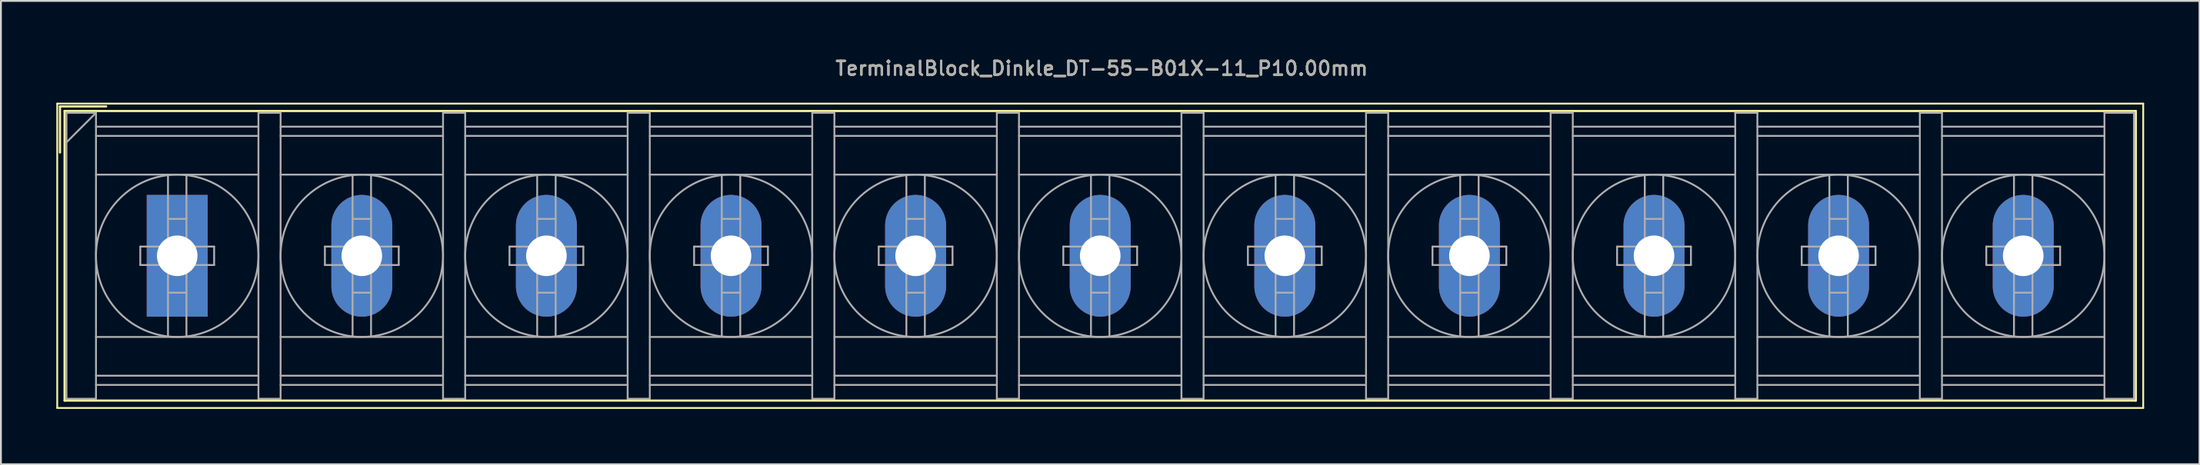
<source format=kicad_pcb>
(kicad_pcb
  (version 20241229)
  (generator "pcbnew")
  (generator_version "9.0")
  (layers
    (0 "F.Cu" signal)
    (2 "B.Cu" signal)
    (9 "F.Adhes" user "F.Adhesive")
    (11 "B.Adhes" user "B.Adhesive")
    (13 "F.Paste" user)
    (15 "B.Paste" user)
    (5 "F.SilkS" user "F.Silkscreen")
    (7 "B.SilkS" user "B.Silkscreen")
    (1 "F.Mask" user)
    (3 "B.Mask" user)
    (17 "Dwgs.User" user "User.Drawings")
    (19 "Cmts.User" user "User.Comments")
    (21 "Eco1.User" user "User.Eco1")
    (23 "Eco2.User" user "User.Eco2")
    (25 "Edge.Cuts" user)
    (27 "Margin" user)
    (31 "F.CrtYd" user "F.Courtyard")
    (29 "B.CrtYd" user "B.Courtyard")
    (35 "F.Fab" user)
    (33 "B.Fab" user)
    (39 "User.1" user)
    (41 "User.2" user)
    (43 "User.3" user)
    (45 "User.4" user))
  (footprint "TerminalBlock_Dinkle_DT-55-B01X-11_P10.00mm"
    (layer "F.Cu")
    (at 6.55 10.818)
    (property "Reference" "TerminalBlock_Dinkle_DT-55-B01X-11_P10.00mm" (at 50.08 -10.16 0) (layer "F.SilkS") (effects (font (size 0.75 0.75) (thickness 0.125))))
    (attr through_hole)
    (fp_line (start -6.5 -8.25) (end 106.5 -8.25) (stroke (width 0.1) (type solid)) (layer "F.SilkS"))
    (fp_line (start -6.5 8.25) (end -6.5 -8.25) (stroke (width 0.1) (type solid)) (layer "F.SilkS"))
    (fp_line (start -6.5 8.25) (end 106.5 8.25) (stroke (width 0.1) (type solid)) (layer "F.SilkS"))
    (fp_line (start -6.35 -8.1) (end -3.85 -8.1) (stroke (width 0.12) (type solid)) (layer "F.SilkS"))
    (fp_line (start -6.35 -5.6) (end -6.35 -8.1) (stroke (width 0.12) (type solid)) (layer "F.SilkS"))
    (fp_line (start -6.1 -7.85) (end 106.1 -7.85) (stroke (width 0.12) (type solid)) (layer "F.SilkS"))
    (fp_line (start -6.1 7.85) (end -6.1 -7.85) (stroke (width 0.12) (type solid)) (layer "F.SilkS"))
    (fp_line (start -6.1 7.85) (end 106.1 7.85) (stroke (width 0.12) (type solid)) (layer "F.SilkS"))
    (fp_line (start 106.1 -7.85) (end 106.1 7.85) (stroke (width 0.12) (type solid)) (layer "F.SilkS"))
    (fp_line (start 106.5 -8.25) (end 106.5 8.25) (stroke (width 0.1) (type solid)) (layer "F.SilkS"))
    (fp_line (start -6 -7.75) (end -6 7.75) (stroke (width 0.1) (type solid)) (layer "F.Fab"))
    (fp_line (start -6 -7.75) (end -4.4 -7.75) (stroke (width 0.1) (type solid)) (layer "F.Fab"))
    (fp_line (start -6 7.75) (end -4.4 7.75) (stroke (width 0.1) (type solid)) (layer "F.Fab"))
    (fp_line (start -4.4 -7.75) (end -6 -6.15) (stroke (width 0.1) (type solid)) (layer "F.Fab"))
    (fp_line (start -4.4 -7.75) (end -4.4 7.75) (stroke (width 0.1) (type solid)) (layer "F.Fab"))
    (fp_line (start -4.4 -7) (end 4.4 -7) (stroke (width 0.1) (type solid)) (layer "F.Fab"))
    (fp_line (start -4.4 -6.5) (end 4.4 -6.5) (stroke (width 0.1) (type solid)) (layer "F.Fab"))
    (fp_line (start -4.4 -4.4) (end 4.4 -4.4) (stroke (width 0.1) (type solid)) (layer "F.Fab"))
    (fp_line (start -4.4 4.4) (end 4.4 4.4) (stroke (width 0.1) (type solid)) (layer "F.Fab"))
    (fp_line (start -4.4 6.5) (end 4.4 6.5) (stroke (width 0.1) (type solid)) (layer "F.Fab"))
    (fp_line (start -4.4 7) (end 4.4 7) (stroke (width 0.1) (type solid)) (layer "F.Fab"))
    (fp_line (start -2 -0.5) (end -2 0.5) (stroke (width 0.1) (type solid)) (layer "F.Fab"))
    (fp_line (start -2 0.5) (end -0.5 0.5) (stroke (width 0.1) (type solid)) (layer "F.Fab"))
    (fp_line (start -0.5 -4.35) (end -0.5 -0.5) (stroke (width 0.1) (type solid)) (layer "F.Fab"))
    (fp_line (start -0.5 -2) (end 0.5 -2) (stroke (width 0.1) (type solid)) (layer "F.Fab"))
    (fp_line (start -0.5 -0.5) (end -2 -0.5) (stroke (width 0.1) (type solid)) (layer "F.Fab"))
    (fp_line (start -0.5 0.5) (end -0.5 4.35) (stroke (width 0.1) (type solid)) (layer "F.Fab"))
    (fp_line (start -0.5 2) (end 0.5 2) (stroke (width 0.1) (type solid)) (layer "F.Fab"))
    (fp_line (start 0.5 -4.35) (end 0.5 -0.5) (stroke (width 0.1) (type solid)) (layer "F.Fab"))
    (fp_line (start 0.5 -0.5) (end 2 -0.5) (stroke (width 0.1) (type solid)) (layer "F.Fab"))
    (fp_line (start 0.5 0.5) (end 0.5 4.35) (stroke (width 0.1) (type solid)) (layer "F.Fab"))
    (fp_line (start 2 -0.5) (end 2 0.5) (stroke (width 0.1) (type solid)) (layer "F.Fab"))
    (fp_line (start 2 0.5) (end 0.5 0.5) (stroke (width 0.1) (type solid)) (layer "F.Fab"))
    (fp_line (start 4.4 -7.75) (end 4.4 7.75) (stroke (width 0.1) (type solid)) (layer "F.Fab"))
    (fp_line (start 4.4 -7.75) (end 5.6 -7.75) (stroke (width 0.1) (type solid)) (layer "F.Fab"))
    (fp_line (start 4.4 7.75) (end 5.6 7.75) (stroke (width 0.1) (type solid)) (layer "F.Fab"))
    (fp_line (start 5.6 -7.75) (end 5.6 7.75) (stroke (width 0.1) (type solid)) (layer "F.Fab"))
    (fp_line (start 5.6 -7) (end 14.4 -7) (stroke (width 0.1) (type solid)) (layer "F.Fab"))
    (fp_line (start 5.6 -6.5) (end 14.4 -6.5) (stroke (width 0.1) (type solid)) (layer "F.Fab"))
    (fp_line (start 5.6 -4.4) (end 14.4 -4.4) (stroke (width 0.1) (type solid)) (layer "F.Fab"))
    (fp_line (start 5.6 4.4) (end 14.4 4.4) (stroke (width 0.1) (type solid)) (layer "F.Fab"))
    (fp_line (start 5.6 6.5) (end 14.4 6.5) (stroke (width 0.1) (type solid)) (layer "F.Fab"))
    (fp_line (start 5.6 7) (end 14.4 7) (stroke (width 0.1) (type solid)) (layer "F.Fab"))
    (fp_line (start 8 -0.5) (end 8 0.5) (stroke (width 0.1) (type solid)) (layer "F.Fab"))
    (fp_line (start 8 0.5) (end 9.5 0.5) (stroke (width 0.1) (type solid)) (layer "F.Fab"))
    (fp_line (start 9.5 -4.35) (end 9.5 -0.5) (stroke (width 0.1) (type solid)) (layer "F.Fab"))
    (fp_line (start 9.5 -2) (end 10.5 -2) (stroke (width 0.1) (type solid)) (layer "F.Fab"))
    (fp_line (start 9.5 -0.5) (end 8 -0.5) (stroke (width 0.1) (type solid)) (layer "F.Fab"))
    (fp_line (start 9.5 0.5) (end 9.5 4.35) (stroke (width 0.1) (type solid)) (layer "F.Fab"))
    (fp_line (start 9.5 2) (end 10.5 2) (stroke (width 0.1) (type solid)) (layer "F.Fab"))
    (fp_line (start 10.5 -4.35) (end 10.5 -0.5) (stroke (width 0.1) (type solid)) (layer "F.Fab"))
    (fp_line (start 10.5 -0.5) (end 12 -0.5) (stroke (width 0.1) (type solid)) (layer "F.Fab"))
    (fp_line (start 10.5 0.5) (end 10.5 4.35) (stroke (width 0.1) (type solid)) (layer "F.Fab"))
    (fp_line (start 12 -0.5) (end 12 0.5) (stroke (width 0.1) (type solid)) (layer "F.Fab"))
    (fp_line (start 12 0.5) (end 10.5 0.5) (stroke (width 0.1) (type solid)) (layer "F.Fab"))
    (fp_line (start 14.4 -7.75) (end 14.4 7.75) (stroke (width 0.1) (type solid)) (layer "F.Fab"))
    (fp_line (start 14.4 -7.75) (end 15.6 -7.75) (stroke (width 0.1) (type solid)) (layer "F.Fab"))
    (fp_line (start 14.4 7.75) (end 15.6 7.75) (stroke (width 0.1) (type solid)) (layer "F.Fab"))
    (fp_line (start 15.6 -7.75) (end 15.6 7.75) (stroke (width 0.1) (type solid)) (layer "F.Fab"))
    (fp_line (start 15.6 -7) (end 24.4 -7) (stroke (width 0.1) (type solid)) (layer "F.Fab"))
    (fp_line (start 15.6 -6.5) (end 24.4 -6.5) (stroke (width 0.1) (type solid)) (layer "F.Fab"))
    (fp_line (start 15.6 -4.4) (end 24.4 -4.4) (stroke (width 0.1) (type solid)) (layer "F.Fab"))
    (fp_line (start 15.6 4.4) (end 24.4 4.4) (stroke (width 0.1) (type solid)) (layer "F.Fab"))
    (fp_line (start 15.6 6.5) (end 24.4 6.5) (stroke (width 0.1) (type solid)) (layer "F.Fab"))
    (fp_line (start 15.6 7) (end 24.4 7) (stroke (width 0.1) (type solid)) (layer "F.Fab"))
    (fp_line (start 18 -0.5) (end 18 0.5) (stroke (width 0.1) (type solid)) (layer "F.Fab"))
    (fp_line (start 18 0.5) (end 19.5 0.5) (stroke (width 0.1) (type solid)) (layer "F.Fab"))
    (fp_line (start 19.5 -4.35) (end 19.5 -0.5) (stroke (width 0.1) (type solid)) (layer "F.Fab"))
    (fp_line (start 19.5 -2) (end 20.5 -2) (stroke (width 0.1) (type solid)) (layer "F.Fab"))
    (fp_line (start 19.5 -0.5) (end 18 -0.5) (stroke (width 0.1) (type solid)) (layer "F.Fab"))
    (fp_line (start 19.5 0.5) (end 19.5 4.35) (stroke (width 0.1) (type solid)) (layer "F.Fab"))
    (fp_line (start 19.5 2) (end 20.5 2) (stroke (width 0.1) (type solid)) (layer "F.Fab"))
    (fp_line (start 20.5 -4.35) (end 20.5 -0.5) (stroke (width 0.1) (type solid)) (layer "F.Fab"))
    (fp_line (start 20.5 -0.5) (end 22 -0.5) (stroke (width 0.1) (type solid)) (layer "F.Fab"))
    (fp_line (start 20.5 0.5) (end 20.5 4.35) (stroke (width 0.1) (type solid)) (layer "F.Fab"))
    (fp_line (start 22 -0.5) (end 22 0.5) (stroke (width 0.1) (type solid)) (layer "F.Fab"))
    (fp_line (start 22 0.5) (end 20.5 0.5) (stroke (width 0.1) (type solid)) (layer "F.Fab"))
    (fp_line (start 24.4 -7.75) (end 24.4 7.75) (stroke (width 0.1) (type solid)) (layer "F.Fab"))
    (fp_line (start 24.4 -7.75) (end 25.6 -7.75) (stroke (width 0.1) (type solid)) (layer "F.Fab"))
    (fp_line (start 24.4 7.75) (end 25.6 7.75) (stroke (width 0.1) (type solid)) (layer "F.Fab"))
    (fp_line (start 25.6 -7.75) (end 25.6 7.75) (stroke (width 0.1) (type solid)) (layer "F.Fab"))
    (fp_line (start 25.6 -7) (end 34.4 -7) (stroke (width 0.1) (type solid)) (layer "F.Fab"))
    (fp_line (start 25.6 -6.5) (end 34.4 -6.5) (stroke (width 0.1) (type solid)) (layer "F.Fab"))
    (fp_line (start 25.6 -4.4) (end 34.4 -4.4) (stroke (width 0.1) (type solid)) (layer "F.Fab"))
    (fp_line (start 25.6 4.4) (end 34.4 4.4) (stroke (width 0.1) (type solid)) (layer "F.Fab"))
    (fp_line (start 25.6 6.5) (end 34.4 6.5) (stroke (width 0.1) (type solid)) (layer "F.Fab"))
    (fp_line (start 25.6 7) (end 34.4 7) (stroke (width 0.1) (type solid)) (layer "F.Fab"))
    (fp_line (start 28 -0.5) (end 28 0.5) (stroke (width 0.1) (type solid)) (layer "F.Fab"))
    (fp_line (start 28 0.5) (end 29.5 0.5) (stroke (width 0.1) (type solid)) (layer "F.Fab"))
    (fp_line (start 29.5 -4.35) (end 29.5 -0.5) (stroke (width 0.1) (type solid)) (layer "F.Fab"))
    (fp_line (start 29.5 -2) (end 30.5 -2) (stroke (width 0.1) (type solid)) (layer "F.Fab"))
    (fp_line (start 29.5 -0.5) (end 28 -0.5) (stroke (width 0.1) (type solid)) (layer "F.Fab"))
    (fp_line (start 29.5 0.5) (end 29.5 4.35) (stroke (width 0.1) (type solid)) (layer "F.Fab"))
    (fp_line (start 29.5 2) (end 30.5 2) (stroke (width 0.1) (type solid)) (layer "F.Fab"))
    (fp_line (start 30.5 -4.35) (end 30.5 -0.5) (stroke (width 0.1) (type solid)) (layer "F.Fab"))
    (fp_line (start 30.5 -0.5) (end 32 -0.5) (stroke (width 0.1) (type solid)) (layer "F.Fab"))
    (fp_line (start 30.5 0.5) (end 30.5 4.35) (stroke (width 0.1) (type solid)) (layer "F.Fab"))
    (fp_line (start 32 -0.5) (end 32 0.5) (stroke (width 0.1) (type solid)) (layer "F.Fab"))
    (fp_line (start 32 0.5) (end 30.5 0.5) (stroke (width 0.1) (type solid)) (layer "F.Fab"))
    (fp_line (start 34.4 -7.75) (end 34.4 7.75) (stroke (width 0.1) (type solid)) (layer "F.Fab"))
    (fp_line (start 34.4 -7.75) (end 35.6 -7.75) (stroke (width 0.1) (type solid)) (layer "F.Fab"))
    (fp_line (start 34.4 7.75) (end 35.6 7.75) (stroke (width 0.1) (type solid)) (layer "F.Fab"))
    (fp_line (start 35.6 -7.75) (end 35.6 7.75) (stroke (width 0.1) (type solid)) (layer "F.Fab"))
    (fp_line (start 35.6 -7) (end 44.4 -7) (stroke (width 0.1) (type solid)) (layer "F.Fab"))
    (fp_line (start 35.6 -6.5) (end 44.4 -6.5) (stroke (width 0.1) (type solid)) (layer "F.Fab"))
    (fp_line (start 35.6 -4.4) (end 44.4 -4.4) (stroke (width 0.1) (type solid)) (layer "F.Fab"))
    (fp_line (start 35.6 4.4) (end 44.4 4.4) (stroke (width 0.1) (type solid)) (layer "F.Fab"))
    (fp_line (start 35.6 6.5) (end 44.4 6.5) (stroke (width 0.1) (type solid)) (layer "F.Fab"))
    (fp_line (start 35.6 7) (end 44.4 7) (stroke (width 0.1) (type solid)) (layer "F.Fab"))
    (fp_line (start 38 -0.5) (end 38 0.5) (stroke (width 0.1) (type solid)) (layer "F.Fab"))
    (fp_line (start 38 0.5) (end 39.5 0.5) (stroke (width 0.1) (type solid)) (layer "F.Fab"))
    (fp_line (start 39.5 -4.35) (end 39.5 -0.5) (stroke (width 0.1) (type solid)) (layer "F.Fab"))
    (fp_line (start 39.5 -2) (end 40.5 -2) (stroke (width 0.1) (type solid)) (layer "F.Fab"))
    (fp_line (start 39.5 -0.5) (end 38 -0.5) (stroke (width 0.1) (type solid)) (layer "F.Fab"))
    (fp_line (start 39.5 0.5) (end 39.5 4.35) (stroke (width 0.1) (type solid)) (layer "F.Fab"))
    (fp_line (start 39.5 2) (end 40.5 2) (stroke (width 0.1) (type solid)) (layer "F.Fab"))
    (fp_line (start 40.5 -4.35) (end 40.5 -0.5) (stroke (width 0.1) (type solid)) (layer "F.Fab"))
    (fp_line (start 40.5 -0.5) (end 42 -0.5) (stroke (width 0.1) (type solid)) (layer "F.Fab"))
    (fp_line (start 40.5 0.5) (end 40.5 4.35) (stroke (width 0.1) (type solid)) (layer "F.Fab"))
    (fp_line (start 42 -0.5) (end 42 0.5) (stroke (width 0.1) (type solid)) (layer "F.Fab"))
    (fp_line (start 42 0.5) (end 40.5 0.5) (stroke (width 0.1) (type solid)) (layer "F.Fab"))
    (fp_line (start 44.4 -7.75) (end 44.4 7.75) (stroke (width 0.1) (type solid)) (layer "F.Fab"))
    (fp_line (start 44.4 -7.75) (end 45.6 -7.75) (stroke (width 0.1) (type solid)) (layer "F.Fab"))
    (fp_line (start 44.4 7.75) (end 45.6 7.75) (stroke (width 0.1) (type solid)) (layer "F.Fab"))
    (fp_line (start 45.6 -7.75) (end 45.6 7.75) (stroke (width 0.1) (type solid)) (layer "F.Fab"))
    (fp_line (start 45.6 -7) (end 54.4 -7) (stroke (width 0.1) (type solid)) (layer "F.Fab"))
    (fp_line (start 45.6 -6.5) (end 54.4 -6.5) (stroke (width 0.1) (type solid)) (layer "F.Fab"))
    (fp_line (start 45.6 -4.4) (end 54.4 -4.4) (stroke (width 0.1) (type solid)) (layer "F.Fab"))
    (fp_line (start 45.6 4.4) (end 54.4 4.4) (stroke (width 0.1) (type solid)) (layer "F.Fab"))
    (fp_line (start 45.6 6.5) (end 54.4 6.5) (stroke (width 0.1) (type solid)) (layer "F.Fab"))
    (fp_line (start 45.6 7) (end 54.4 7) (stroke (width 0.1) (type solid)) (layer "F.Fab"))
    (fp_line (start 48 -0.5) (end 48 0.5) (stroke (width 0.1) (type solid)) (layer "F.Fab"))
    (fp_line (start 48 0.5) (end 49.5 0.5) (stroke (width 0.1) (type solid)) (layer "F.Fab"))
    (fp_line (start 49.5 -4.35) (end 49.5 -0.5) (stroke (width 0.1) (type solid)) (layer "F.Fab"))
    (fp_line (start 49.5 -2) (end 50.5 -2) (stroke (width 0.1) (type solid)) (layer "F.Fab"))
    (fp_line (start 49.5 -0.5) (end 48 -0.5) (stroke (width 0.1) (type solid)) (layer "F.Fab"))
    (fp_line (start 49.5 0.5) (end 49.5 4.35) (stroke (width 0.1) (type solid)) (layer "F.Fab"))
    (fp_line (start 49.5 2) (end 50.5 2) (stroke (width 0.1) (type solid)) (layer "F.Fab"))
    (fp_line (start 50.5 -4.35) (end 50.5 -0.5) (stroke (width 0.1) (type solid)) (layer "F.Fab"))
    (fp_line (start 50.5 -0.5) (end 52 -0.5) (stroke (width 0.1) (type solid)) (layer "F.Fab"))
    (fp_line (start 50.5 0.5) (end 50.5 4.35) (stroke (width 0.1) (type solid)) (layer "F.Fab"))
    (fp_line (start 52 -0.5) (end 52 0.5) (stroke (width 0.1) (type solid)) (layer "F.Fab"))
    (fp_line (start 52 0.5) (end 50.5 0.5) (stroke (width 0.1) (type solid)) (layer "F.Fab"))
    (fp_line (start 54.4 -7.75) (end 54.4 7.75) (stroke (width 0.1) (type solid)) (layer "F.Fab"))
    (fp_line (start 54.4 -7.75) (end 55.6 -7.75) (stroke (width 0.1) (type solid)) (layer "F.Fab"))
    (fp_line (start 54.4 7.75) (end 55.6 7.75) (stroke (width 0.1) (type solid)) (layer "F.Fab"))
    (fp_line (start 55.6 -7.75) (end 55.6 7.75) (stroke (width 0.1) (type solid)) (layer "F.Fab"))
    (fp_line (start 55.6 -7) (end 64.4 -7) (stroke (width 0.1) (type solid)) (layer "F.Fab"))
    (fp_line (start 55.6 -6.5) (end 64.4 -6.5) (stroke (width 0.1) (type solid)) (layer "F.Fab"))
    (fp_line (start 55.6 -4.4) (end 64.4 -4.4) (stroke (width 0.1) (type solid)) (layer "F.Fab"))
    (fp_line (start 55.6 4.4) (end 64.4 4.4) (stroke (width 0.1) (type solid)) (layer "F.Fab"))
    (fp_line (start 55.6 6.5) (end 64.4 6.5) (stroke (width 0.1) (type solid)) (layer "F.Fab"))
    (fp_line (start 55.6 7) (end 64.4 7) (stroke (width 0.1) (type solid)) (layer "F.Fab"))
    (fp_line (start 58 -0.5) (end 58 0.5) (stroke (width 0.1) (type solid)) (layer "F.Fab"))
    (fp_line (start 58 0.5) (end 59.5 0.5) (stroke (width 0.1) (type solid)) (layer "F.Fab"))
    (fp_line (start 59.5 -4.35) (end 59.5 -0.5) (stroke (width 0.1) (type solid)) (layer "F.Fab"))
    (fp_line (start 59.5 -2) (end 60.5 -2) (stroke (width 0.1) (type solid)) (layer "F.Fab"))
    (fp_line (start 59.5 -0.5) (end 58 -0.5) (stroke (width 0.1) (type solid)) (layer "F.Fab"))
    (fp_line (start 59.5 0.5) (end 59.5 4.35) (stroke (width 0.1) (type solid)) (layer "F.Fab"))
    (fp_line (start 59.5 2) (end 60.5 2) (stroke (width 0.1) (type solid)) (layer "F.Fab"))
    (fp_line (start 60.5 -4.35) (end 60.5 -0.5) (stroke (width 0.1) (type solid)) (layer "F.Fab"))
    (fp_line (start 60.5 -0.5) (end 62 -0.5) (stroke (width 0.1) (type solid)) (layer "F.Fab"))
    (fp_line (start 60.5 0.5) (end 60.5 4.35) (stroke (width 0.1) (type solid)) (layer "F.Fab"))
    (fp_line (start 62 -0.5) (end 62 0.5) (stroke (width 0.1) (type solid)) (layer "F.Fab"))
    (fp_line (start 62 0.5) (end 60.5 0.5) (stroke (width 0.1) (type solid)) (layer "F.Fab"))
    (fp_line (start 64.4 -7.75) (end 64.4 7.75) (stroke (width 0.1) (type solid)) (layer "F.Fab"))
    (fp_line (start 64.4 -7.75) (end 65.6 -7.75) (stroke (width 0.1) (type solid)) (layer "F.Fab"))
    (fp_line (start 64.4 7.75) (end 65.6 7.75) (stroke (width 0.1) (type solid)) (layer "F.Fab"))
    (fp_line (start 65.6 -7.75) (end 65.6 7.75) (stroke (width 0.1) (type solid)) (layer "F.Fab"))
    (fp_line (start 65.6 -7) (end 74.4 -7) (stroke (width 0.1) (type solid)) (layer "F.Fab"))
    (fp_line (start 65.6 -6.5) (end 74.4 -6.5) (stroke (width 0.1) (type solid)) (layer "F.Fab"))
    (fp_line (start 65.6 -4.4) (end 74.4 -4.4) (stroke (width 0.1) (type solid)) (layer "F.Fab"))
    (fp_line (start 65.6 4.4) (end 74.4 4.4) (stroke (width 0.1) (type solid)) (layer "F.Fab"))
    (fp_line (start 65.6 6.5) (end 74.4 6.5) (stroke (width 0.1) (type solid)) (layer "F.Fab"))
    (fp_line (start 65.6 7) (end 74.4 7) (stroke (width 0.1) (type solid)) (layer "F.Fab"))
    (fp_line (start 68 -0.5) (end 68 0.5) (stroke (width 0.1) (type solid)) (layer "F.Fab"))
    (fp_line (start 68 0.5) (end 69.5 0.5) (stroke (width 0.1) (type solid)) (layer "F.Fab"))
    (fp_line (start 69.5 -4.35) (end 69.5 -0.5) (stroke (width 0.1) (type solid)) (layer "F.Fab"))
    (fp_line (start 69.5 -2) (end 70.5 -2) (stroke (width 0.1) (type solid)) (layer "F.Fab"))
    (fp_line (start 69.5 -0.5) (end 68 -0.5) (stroke (width 0.1) (type solid)) (layer "F.Fab"))
    (fp_line (start 69.5 0.5) (end 69.5 4.35) (stroke (width 0.1) (type solid)) (layer "F.Fab"))
    (fp_line (start 69.5 2) (end 70.5 2) (stroke (width 0.1) (type solid)) (layer "F.Fab"))
    (fp_line (start 70.5 -4.35) (end 70.5 -0.5) (stroke (width 0.1) (type solid)) (layer "F.Fab"))
    (fp_line (start 70.5 -0.5) (end 72 -0.5) (stroke (width 0.1) (type solid)) (layer "F.Fab"))
    (fp_line (start 70.5 0.5) (end 70.5 4.35) (stroke (width 0.1) (type solid)) (layer "F.Fab"))
    (fp_line (start 72 -0.5) (end 72 0.5) (stroke (width 0.1) (type solid)) (layer "F.Fab"))
    (fp_line (start 72 0.5) (end 70.5 0.5) (stroke (width 0.1) (type solid)) (layer "F.Fab"))
    (fp_line (start 74.4 -7.75) (end 74.4 7.75) (stroke (width 0.1) (type solid)) (layer "F.Fab"))
    (fp_line (start 74.4 -7.75) (end 75.6 -7.75) (stroke (width 0.1) (type solid)) (layer "F.Fab"))
    (fp_line (start 74.4 7.75) (end 75.6 7.75) (stroke (width 0.1) (type solid)) (layer "F.Fab"))
    (fp_line (start 75.6 -7.75) (end 75.6 7.75) (stroke (width 0.1) (type solid)) (layer "F.Fab"))
    (fp_line (start 75.6 -7) (end 84.4 -7) (stroke (width 0.1) (type solid)) (layer "F.Fab"))
    (fp_line (start 75.6 -6.5) (end 84.4 -6.5) (stroke (width 0.1) (type solid)) (layer "F.Fab"))
    (fp_line (start 75.6 -4.4) (end 84.4 -4.4) (stroke (width 0.1) (type solid)) (layer "F.Fab"))
    (fp_line (start 75.6 4.4) (end 84.4 4.4) (stroke (width 0.1) (type solid)) (layer "F.Fab"))
    (fp_line (start 75.6 6.5) (end 84.4 6.5) (stroke (width 0.1) (type solid)) (layer "F.Fab"))
    (fp_line (start 75.6 7) (end 84.4 7) (stroke (width 0.1) (type solid)) (layer "F.Fab"))
    (fp_line (start 78 -0.5) (end 78 0.5) (stroke (width 0.1) (type solid)) (layer "F.Fab"))
    (fp_line (start 78 0.5) (end 79.5 0.5) (stroke (width 0.1) (type solid)) (layer "F.Fab"))
    (fp_line (start 79.5 -4.35) (end 79.5 -0.5) (stroke (width 0.1) (type solid)) (layer "F.Fab"))
    (fp_line (start 79.5 -2) (end 80.5 -2) (stroke (width 0.1) (type solid)) (layer "F.Fab"))
    (fp_line (start 79.5 -0.5) (end 78 -0.5) (stroke (width 0.1) (type solid)) (layer "F.Fab"))
    (fp_line (start 79.5 0.5) (end 79.5 4.35) (stroke (width 0.1) (type solid)) (layer "F.Fab"))
    (fp_line (start 79.5 2) (end 80.5 2) (stroke (width 0.1) (type solid)) (layer "F.Fab"))
    (fp_line (start 80.5 -4.35) (end 80.5 -0.5) (stroke (width 0.1) (type solid)) (layer "F.Fab"))
    (fp_line (start 80.5 -0.5) (end 82 -0.5) (stroke (width 0.1) (type solid)) (layer "F.Fab"))
    (fp_line (start 80.5 0.5) (end 80.5 4.35) (stroke (width 0.1) (type solid)) (layer "F.Fab"))
    (fp_line (start 82 -0.5) (end 82 0.5) (stroke (width 0.1) (type solid)) (layer "F.Fab"))
    (fp_line (start 82 0.5) (end 80.5 0.5) (stroke (width 0.1) (type solid)) (layer "F.Fab"))
    (fp_line (start 84.4 -7.75) (end 84.4 7.75) (stroke (width 0.1) (type solid)) (layer "F.Fab"))
    (fp_line (start 84.4 -7.75) (end 85.6 -7.75) (stroke (width 0.1) (type solid)) (layer "F.Fab"))
    (fp_line (start 84.4 7.75) (end 85.6 7.75) (stroke (width 0.1) (type solid)) (layer "F.Fab"))
    (fp_line (start 85.6 -7.75) (end 85.6 7.75) (stroke (width 0.1) (type solid)) (layer "F.Fab"))
    (fp_line (start 85.6 -7) (end 94.4 -7) (stroke (width 0.1) (type solid)) (layer "F.Fab"))
    (fp_line (start 85.6 -6.5) (end 94.4 -6.5) (stroke (width 0.1) (type solid)) (layer "F.Fab"))
    (fp_line (start 85.6 -4.4) (end 94.4 -4.4) (stroke (width 0.1) (type solid)) (layer "F.Fab"))
    (fp_line (start 85.6 4.4) (end 94.4 4.4) (stroke (width 0.1) (type solid)) (layer "F.Fab"))
    (fp_line (start 85.6 6.5) (end 94.4 6.5) (stroke (width 0.1) (type solid)) (layer "F.Fab"))
    (fp_line (start 85.6 7) (end 94.4 7) (stroke (width 0.1) (type solid)) (layer "F.Fab"))
    (fp_line (start 88 -0.5) (end 88 0.5) (stroke (width 0.1) (type solid)) (layer "F.Fab"))
    (fp_line (start 88 0.5) (end 89.5 0.5) (stroke (width 0.1) (type solid)) (layer "F.Fab"))
    (fp_line (start 89.5 -4.35) (end 89.5 -0.5) (stroke (width 0.1) (type solid)) (layer "F.Fab"))
    (fp_line (start 89.5 -2) (end 90.5 -2) (stroke (width 0.1) (type solid)) (layer "F.Fab"))
    (fp_line (start 89.5 -0.5) (end 88 -0.5) (stroke (width 0.1) (type solid)) (layer "F.Fab"))
    (fp_line (start 89.5 0.5) (end 89.5 4.35) (stroke (width 0.1) (type solid)) (layer "F.Fab"))
    (fp_line (start 89.5 2) (end 90.5 2) (stroke (width 0.1) (type solid)) (layer "F.Fab"))
    (fp_line (start 90.5 -4.35) (end 90.5 -0.5) (stroke (width 0.1) (type solid)) (layer "F.Fab"))
    (fp_line (start 90.5 -0.5) (end 92 -0.5) (stroke (width 0.1) (type solid)) (layer "F.Fab"))
    (fp_line (start 90.5 0.5) (end 90.5 4.35) (stroke (width 0.1) (type solid)) (layer "F.Fab"))
    (fp_line (start 92 -0.5) (end 92 0.5) (stroke (width 0.1) (type solid)) (layer "F.Fab"))
    (fp_line (start 92 0.5) (end 90.5 0.5) (stroke (width 0.1) (type solid)) (layer "F.Fab"))
    (fp_line (start 94.4 -7.75) (end 94.4 7.75) (stroke (width 0.1) (type solid)) (layer "F.Fab"))
    (fp_line (start 94.4 -7.75) (end 95.6 -7.75) (stroke (width 0.1) (type solid)) (layer "F.Fab"))
    (fp_line (start 94.4 7.75) (end 95.6 7.75) (stroke (width 0.1) (type solid)) (layer "F.Fab"))
    (fp_line (start 95.6 -7.75) (end 95.6 7.75) (stroke (width 0.1) (type solid)) (layer "F.Fab"))
    (fp_line (start 95.6 -7) (end 104.4 -7) (stroke (width 0.1) (type solid)) (layer "F.Fab"))
    (fp_line (start 95.6 -6.5) (end 104.4 -6.5) (stroke (width 0.1) (type solid)) (layer "F.Fab"))
    (fp_line (start 95.6 -4.4) (end 104.4 -4.4) (stroke (width 0.1) (type solid)) (layer "F.Fab"))
    (fp_line (start 95.6 4.4) (end 104.4 4.4) (stroke (width 0.1) (type solid)) (layer "F.Fab"))
    (fp_line (start 95.6 6.5) (end 104.4 6.5) (stroke (width 0.1) (type solid)) (layer "F.Fab"))
    (fp_line (start 95.6 7) (end 104.4 7) (stroke (width 0.1) (type solid)) (layer "F.Fab"))
    (fp_line (start 98 -0.5) (end 98 0.5) (stroke (width 0.1) (type solid)) (layer "F.Fab"))
    (fp_line (start 98 0.5) (end 99.5 0.5) (stroke (width 0.1) (type solid)) (layer "F.Fab"))
    (fp_line (start 99.5 -4.35) (end 99.5 -0.5) (stroke (width 0.1) (type solid)) (layer "F.Fab"))
    (fp_line (start 99.5 -2) (end 100.5 -2) (stroke (width 0.1) (type solid)) (layer "F.Fab"))
    (fp_line (start 99.5 -0.5) (end 98 -0.5) (stroke (width 0.1) (type solid)) (layer "F.Fab"))
    (fp_line (start 99.5 0.5) (end 99.5 4.35) (stroke (width 0.1) (type solid)) (layer "F.Fab"))
    (fp_line (start 99.5 2) (end 100.5 2) (stroke (width 0.1) (type solid)) (layer "F.Fab"))
    (fp_line (start 100.5 -4.35) (end 100.5 -0.5) (stroke (width 0.1) (type solid)) (layer "F.Fab"))
    (fp_line (start 100.5 -0.5) (end 102 -0.5) (stroke (width 0.1) (type solid)) (layer "F.Fab"))
    (fp_line (start 100.5 0.5) (end 100.5 4.35) (stroke (width 0.1) (type solid)) (layer "F.Fab"))
    (fp_line (start 102 -0.5) (end 102 0.5) (stroke (width 0.1) (type solid)) (layer "F.Fab"))
    (fp_line (start 102 0.5) (end 100.5 0.5) (stroke (width 0.1) (type solid)) (layer "F.Fab"))
    (fp_line (start 104.4 -7.75) (end 104.4 7.75) (stroke (width 0.1) (type solid)) (layer "F.Fab"))
    (fp_line (start 104.4 -7.75) (end 106 -7.75) (stroke (width 0.1) (type solid)) (layer "F.Fab"))
    (fp_line (start 104.4 7.75) (end 106 7.75) (stroke (width 0.1) (type solid)) (layer "F.Fab"))
    (fp_line (start 106 -7.75) (end 106 7.75) (stroke (width 0.1) (type solid)) (layer "F.Fab"))
    (fp_circle (center 0 0) (end 0.5 0.5) (stroke (width 0.1) (type solid)) (fill no) (layer "F.Fab"))
    (fp_circle (center 0 0) (end 4.4 0) (stroke (width 0.1) (type solid)) (fill no) (layer "F.Fab"))
    (fp_circle (center 10 0) (end 10.5 0.5) (stroke (width 0.1) (type solid)) (fill no) (layer "F.Fab"))
    (fp_circle (center 10 0) (end 14.4 0) (stroke (width 0.1) (type solid)) (fill no) (layer "F.Fab"))
    (fp_circle (center 20 0) (end 20.5 0.5) (stroke (width 0.1) (type solid)) (fill no) (layer "F.Fab"))
    (fp_circle (center 20 0) (end 24.4 0) (stroke (width 0.1) (type solid)) (fill no) (layer "F.Fab"))
    (fp_circle (center 30 0) (end 30.5 0.5) (stroke (width 0.1) (type solid)) (fill no) (layer "F.Fab"))
    (fp_circle (center 30 0) (end 34.4 0) (stroke (width 0.1) (type solid)) (fill no) (layer "F.Fab"))
    (fp_circle (center 40 0) (end 40.5 0.5) (stroke (width 0.1) (type solid)) (fill no) (layer "F.Fab"))
    (fp_circle (center 40 0) (end 44.4 0) (stroke (width 0.1) (type solid)) (fill no) (layer "F.Fab"))
    (fp_circle (center 50 0) (end 50.5 0.5) (stroke (width 0.1) (type solid)) (fill no) (layer "F.Fab"))
    (fp_circle (center 50 0) (end 54.4 0) (stroke (width 0.1) (type solid)) (fill no) (layer "F.Fab"))
    (fp_circle (center 60 0) (end 60.5 0.5) (stroke (width 0.1) (type solid)) (fill no) (layer "F.Fab"))
    (fp_circle (center 60 0) (end 64.4 0) (stroke (width 0.1) (type solid)) (fill no) (layer "F.Fab"))
    (fp_circle (center 70 0) (end 70.5 0.5) (stroke (width 0.1) (type solid)) (fill no) (layer "F.Fab"))
    (fp_circle (center 70 0) (end 74.4 0) (stroke (width 0.1) (type solid)) (fill no) (layer "F.Fab"))
    (fp_circle (center 80 0) (end 80.5 0.5) (stroke (width 0.1) (type solid)) (fill no) (layer "F.Fab"))
    (fp_circle (center 80 0) (end 84.4 0) (stroke (width 0.1) (type solid)) (fill no) (layer "F.Fab"))
    (fp_circle (center 90 0) (end 90.5 0.5) (stroke (width 0.1) (type solid)) (fill no) (layer "F.Fab"))
    (fp_circle (center 90 0) (end 94.4 0) (stroke (width 0.1) (type solid)) (fill no) (layer "F.Fab"))
    (fp_circle (center 100 0) (end 100.5 0.5) (stroke (width 0.1) (type solid)) (fill no) (layer "F.Fab"))
    (fp_circle (center 100 0) (end 104.4 0) (stroke (width 0.1) (type solid)) (fill no) (layer "F.Fab"))
    (fp_text user "${REFERENCE}" (at 50.08 -10.16 0) (layer "F.Fab") (effects (font (size 0.75 0.75) (thickness 0.125))))
    (pad "1" thru_hole rect (at 0 0) (size 3.3 6.6) (drill 2.2) (layers "*.Cu" "*.Mask"))
    (pad "2" thru_hole oval (at 10 0) (size 3.3 6.6) (drill 2.2) (layers "*.Cu" "*.Mask"))
    (pad "3" thru_hole oval (at 20 0) (size 3.3 6.6) (drill 2.2) (layers "*.Cu" "*.Mask"))
    (pad "4" thru_hole oval (at 30 0) (size 3.3 6.6) (drill 2.2) (layers "*.Cu" "*.Mask"))
    (pad "5" thru_hole oval (at 40 0) (size 3.3 6.6) (drill 2.2) (layers "*.Cu" "*.Mask"))
    (pad "6" thru_hole oval (at 50 0) (size 3.3 6.6) (drill 2.2) (layers "*.Cu" "*.Mask"))
    (pad "7" thru_hole oval (at 60 0) (size 3.3 6.6) (drill 2.2) (layers "*.Cu" "*.Mask"))
    (pad "8" thru_hole oval (at 70 0) (size 3.3 6.6) (drill 2.2) (layers "*.Cu" "*.Mask"))
    (pad "9" thru_hole oval (at 80 0) (size 3.3 6.6) (drill 2.2) (layers "*.Cu" "*.Mask"))
    (pad "10" thru_hole oval (at 90 0) (size 3.3 6.6) (drill 2.2) (layers "*.Cu" "*.Mask"))
    (pad "11" thru_hole oval (at 100 0) (size 3.3 6.6) (drill 2.2) (layers "*.Cu" "*.Mask")))
  (gr_rect
    (start -3 -3)
    (end 116.1 22.118)
    (stroke (width 0.1) (type default))
    (fill no)
    (layer "Edge.Cuts")))
</source>
